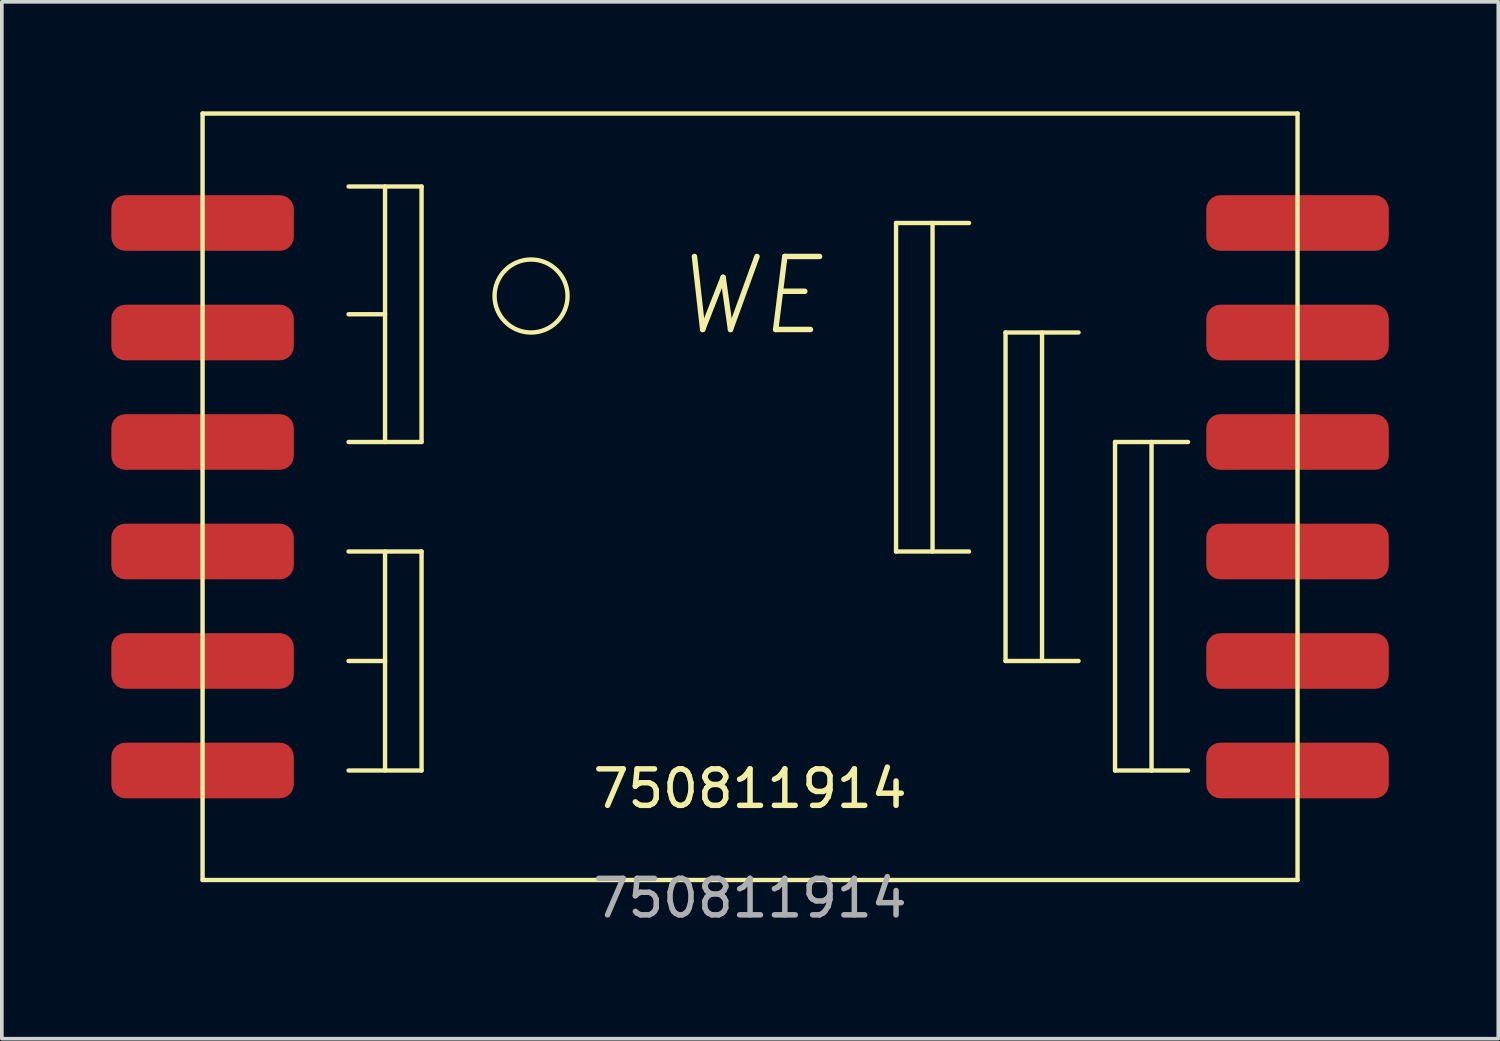
<source format=kicad_pcb>
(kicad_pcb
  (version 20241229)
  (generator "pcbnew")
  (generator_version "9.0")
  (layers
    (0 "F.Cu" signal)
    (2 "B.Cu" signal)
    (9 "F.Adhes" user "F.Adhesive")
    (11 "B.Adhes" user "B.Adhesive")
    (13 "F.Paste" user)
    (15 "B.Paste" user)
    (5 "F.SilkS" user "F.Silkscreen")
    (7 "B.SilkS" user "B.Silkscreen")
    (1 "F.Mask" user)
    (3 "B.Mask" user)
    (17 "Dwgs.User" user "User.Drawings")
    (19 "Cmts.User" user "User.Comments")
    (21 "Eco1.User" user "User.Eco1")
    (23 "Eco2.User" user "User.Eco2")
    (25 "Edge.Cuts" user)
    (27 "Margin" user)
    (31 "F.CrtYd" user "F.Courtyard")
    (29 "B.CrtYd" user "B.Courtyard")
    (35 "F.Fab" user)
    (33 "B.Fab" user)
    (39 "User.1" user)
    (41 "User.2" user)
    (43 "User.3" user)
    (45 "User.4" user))
  (footprint "750811914"
    (layer "F.Cu")
    (at 17.5 19.06)
    (property "Reference" "750811914" (at 0 -0.5 0) (unlocked yes) (layer "F.SilkS") (effects (font (size 1 1) (thickness 0.15))))
    (attr smd)
    (fp_line (start -15 -19) (end -15 2) (stroke (width 0.12) (type solid)) (layer "F.SilkS"))
    (fp_line (start -15 2) (end 15 2) (stroke (width 0.12) (type solid)) (layer "F.SilkS"))
    (fp_line (start -11 -17) (end -9 -17) (stroke (width 0.12) (type solid)) (layer "F.SilkS"))
    (fp_line (start -11 -13.5) (end -10 -13.5) (stroke (width 0.12) (type solid)) (layer "F.SilkS"))
    (fp_line (start -11 -7) (end -9 -7) (stroke (width 0.12) (type solid)) (layer "F.SilkS"))
    (fp_line (start -11 -4) (end -10 -4) (stroke (width 0.12) (type solid)) (layer "F.SilkS"))
    (fp_line (start -10 -10) (end -10 -17) (stroke (width 0.12) (type solid)) (layer "F.SilkS"))
    (fp_line (start -10 -7) (end -10 -1) (stroke (width 0.12) (type solid)) (layer "F.SilkS"))
    (fp_line (start -9 -17) (end -9 -10) (stroke (width 0.12) (type solid)) (layer "F.SilkS"))
    (fp_line (start -9 -10) (end -11 -10) (stroke (width 0.12) (type solid)) (layer "F.SilkS"))
    (fp_line (start -9 -7) (end -9 -1) (stroke (width 0.12) (type solid)) (layer "F.SilkS"))
    (fp_line (start -9 -1) (end -11 -1) (stroke (width 0.12) (type solid)) (layer "F.SilkS"))
    (fp_line (start 4 -16) (end 6 -16) (stroke (width 0.12) (type solid)) (layer "F.SilkS"))
    (fp_line (start 4 -7) (end 4 -16) (stroke (width 0.12) (type solid)) (layer "F.SilkS"))
    (fp_line (start 5 -7) (end 5 -16) (stroke (width 0.12) (type solid)) (layer "F.SilkS"))
    (fp_line (start 6 -7) (end 4 -7) (stroke (width 0.12) (type solid)) (layer "F.SilkS"))
    (fp_line (start 7 -13) (end 9 -13) (stroke (width 0.12) (type solid)) (layer "F.SilkS"))
    (fp_line (start 7 -4) (end 7 -13) (stroke (width 0.12) (type solid)) (layer "F.SilkS"))
    (fp_line (start 8 -4) (end 8 -13) (stroke (width 0.12) (type solid)) (layer "F.SilkS"))
    (fp_line (start 9 -4) (end 7 -4) (stroke (width 0.12) (type solid)) (layer "F.SilkS"))
    (fp_line (start 10 -10) (end 12 -10) (stroke (width 0.12) (type solid)) (layer "F.SilkS"))
    (fp_line (start 10 -1) (end 10 -10) (stroke (width 0.12) (type solid)) (layer "F.SilkS"))
    (fp_line (start 11 -1) (end 10 -1) (stroke (width 0.12) (type solid)) (layer "F.SilkS"))
    (fp_line (start 11 -1) (end 11 -10) (stroke (width 0.12) (type solid)) (layer "F.SilkS"))
    (fp_line (start 12 -1) (end 11 -1) (stroke (width 0.12) (type solid)) (layer "F.SilkS"))
    (fp_line (start 15 -19) (end -15 -19) (stroke (width 0.12) (type solid)) (layer "F.SilkS"))
    (fp_line (start 15 2) (end 15 -19) (stroke (width 0.12) (type solid)) (layer "F.SilkS"))
    (fp_circle (center -6 -14) (end -7 -14) (stroke (width 0.12) (type solid)) (fill no) (layer "F.SilkS"))
    (fp_text user "WE" (at 0 -14 0) (unlocked yes) (layer "F.SilkS") (effects (font (size 2 2) (thickness 0.15) (italic yes))))
    (fp_text user "${REFERENCE}" (at 0 2.5 0) (unlocked yes) (layer "F.Fab") (effects (font (size 1 1) (thickness 0.15))))
    (pad "1" smd roundrect (at -15 -16) (size 5 1.524) (layers "F.Cu" "F.Mask" "F.Paste") (roundrect_rratio 0.25))
    (pad "2" smd roundrect (at -15 -13) (size 5 1.524) (layers "F.Cu" "F.Mask" "F.Paste") (roundrect_rratio 0.25))
    (pad "3" smd roundrect (at -15 -10) (size 5 1.524) (layers "F.Cu" "F.Mask" "F.Paste") (roundrect_rratio 0.25))
    (pad "4" smd roundrect (at -15 -7) (size 5 1.524) (layers "F.Cu" "F.Mask" "F.Paste") (roundrect_rratio 0.25))
    (pad "5" smd roundrect (at -15 -4) (size 5 1.524) (layers "F.Cu" "F.Mask" "F.Paste") (roundrect_rratio 0.25))
    (pad "6" smd roundrect (at -15 -1) (size 5 1.524) (layers "F.Cu" "F.Mask" "F.Paste") (roundrect_rratio 0.25))
    (pad "7" smd roundrect (at 15 -1) (size 5 1.524) (layers "F.Cu" "F.Mask" "F.Paste") (roundrect_rratio 0.25))
    (pad "8" smd roundrect (at 15 -4) (size 5 1.524) (layers "F.Cu" "F.Mask" "F.Paste") (roundrect_rratio 0.25))
    (pad "9" smd roundrect (at 15 -7) (size 5 1.524) (layers "F.Cu" "F.Mask" "F.Paste") (roundrect_rratio 0.25))
    (pad "10" smd roundrect (at 15 -10) (size 5 1.524) (layers "F.Cu" "F.Mask" "F.Paste") (roundrect_rratio 0.25))
    (pad "11" smd roundrect (at 15 -13) (size 5 1.524) (layers "F.Cu" "F.Mask" "F.Paste") (roundrect_rratio 0.25))
    (pad "12" smd roundrect (at 15 -16) (size 5 1.524) (layers "F.Cu" "F.Mask" "F.Paste") (roundrect_rratio 0.25)))
  (gr_rect
    (start -3 -3)
    (end 38 25.408)
    (stroke (width 0.1) (type default))
    (fill no)
    (layer "Edge.Cuts")))
</source>
